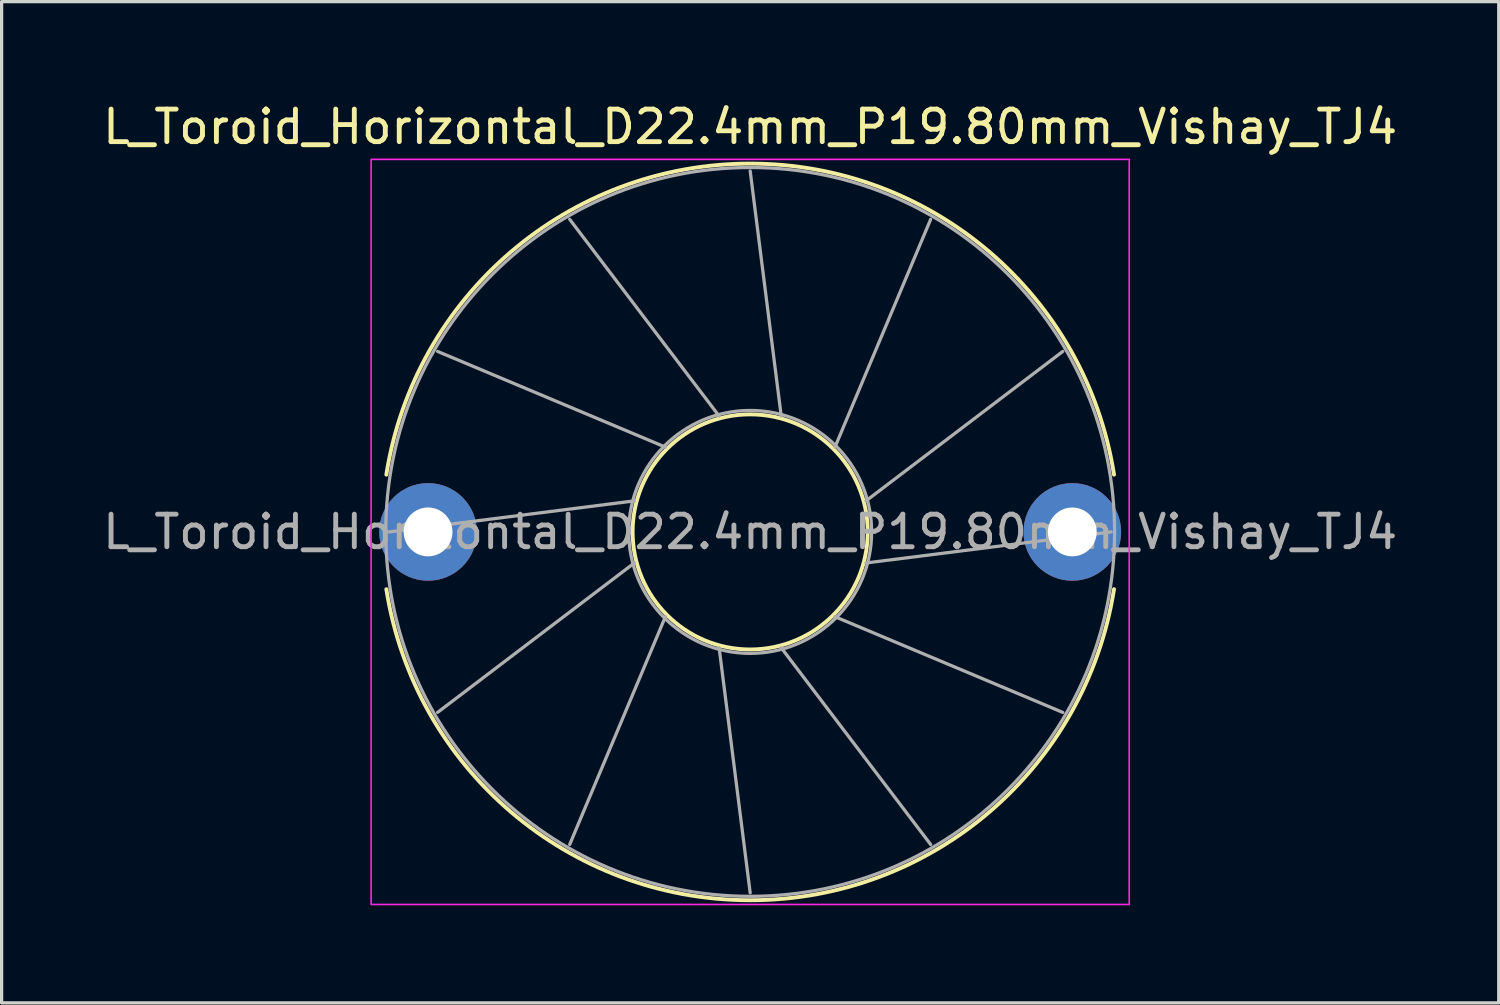
<source format=kicad_pcb>
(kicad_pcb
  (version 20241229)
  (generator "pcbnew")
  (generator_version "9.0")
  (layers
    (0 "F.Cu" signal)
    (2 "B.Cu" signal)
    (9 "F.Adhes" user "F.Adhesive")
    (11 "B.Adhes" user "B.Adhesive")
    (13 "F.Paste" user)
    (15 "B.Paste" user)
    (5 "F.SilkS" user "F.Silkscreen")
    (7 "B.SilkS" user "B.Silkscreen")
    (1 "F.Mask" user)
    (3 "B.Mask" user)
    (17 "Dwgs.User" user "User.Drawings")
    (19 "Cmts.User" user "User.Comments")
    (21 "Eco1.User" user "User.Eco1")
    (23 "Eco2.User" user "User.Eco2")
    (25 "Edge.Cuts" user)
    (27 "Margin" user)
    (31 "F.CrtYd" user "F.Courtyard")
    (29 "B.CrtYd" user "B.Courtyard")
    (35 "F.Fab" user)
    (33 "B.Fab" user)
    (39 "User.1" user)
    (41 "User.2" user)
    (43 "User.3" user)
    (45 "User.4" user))
  (footprint "L_Toroid_Horizontal_D22.4mm_P19.80mm_Vishay_TJ4"
    (layer "F.Cu")
    (at 10.106 13.298)
    (property "Reference" "L_Toroid_Horizontal_D22.4mm_P19.80mm_Vishay_TJ4" (at 9.9 -12.45 0) (layer "F.SilkS") (effects (font (size 1 1) (thickness 0.15))))
    (attr through_hole)
    (fp_arc (start -1.282343 -1.76) (mid 9.9 -11.32) (end 21.082343 -1.76) (stroke (width 0.12) (type solid)) (layer "F.SilkS"))
    (fp_arc (start 21.082343 1.76) (mid 9.9 11.32) (end -1.282343 1.76) (stroke (width 0.12) (type solid)) (layer "F.SilkS"))
    (fp_circle (center 9.9 0) (end 13.513 0) (stroke (width 0.12) (type solid)) (fill no) (layer "F.SilkS"))
    (fp_rect (start -1.75 -11.45) (end 21.55 11.45) (stroke (width 0.05) (type solid)) (fill no) (layer "F.CrtYd"))
    (fp_line (start -1.194 0) (end 6.34 -0.954) (stroke (width 0.1) (type solid)) (layer "F.Fab"))
    (fp_line (start 0.293 -5.547) (end 7.294 -2.606) (stroke (width 0.1) (type solid)) (layer "F.Fab"))
    (fp_line (start 0.293 5.547) (end 6.34 0.954) (stroke (width 0.1) (type solid)) (layer "F.Fab"))
    (fp_line (start 4.353 -9.607) (end 8.946 -3.56) (stroke (width 0.1) (type solid)) (layer "F.Fab"))
    (fp_line (start 4.353 9.607) (end 7.294 2.606) (stroke (width 0.1) (type solid)) (layer "F.Fab"))
    (fp_line (start 9.9 -11.094) (end 10.854 -3.56) (stroke (width 0.1) (type solid)) (layer "F.Fab"))
    (fp_line (start 9.9 11.094) (end 8.946 3.56) (stroke (width 0.1) (type solid)) (layer "F.Fab"))
    (fp_line (start 15.447 -9.607) (end 12.506 -2.606) (stroke (width 0.1) (type solid)) (layer "F.Fab"))
    (fp_line (start 15.447 9.607) (end 10.854 3.56) (stroke (width 0.1) (type solid)) (layer "F.Fab"))
    (fp_line (start 19.507 -5.547) (end 13.46 -0.954) (stroke (width 0.1) (type solid)) (layer "F.Fab"))
    (fp_line (start 19.507 5.547) (end 12.506 2.606) (stroke (width 0.1) (type solid)) (layer "F.Fab"))
    (fp_line (start 20.994 0) (end 13.46 0.954) (stroke (width 0.1) (type solid)) (layer "F.Fab"))
    (fp_circle (center 9.9 0) (end 13.633 0) (stroke (width 0.1) (type solid)) (fill no) (layer "F.Fab"))
    (fp_circle (center 9.9 0) (end 21.1 0) (stroke (width 0.1) (type solid)) (fill no) (layer "F.Fab"))
    (fp_text user "${REFERENCE}" (at 9.9 0 0) (layer "F.Fab") (effects (font (size 1 1) (thickness 0.15))))
    (pad "1" thru_hole circle (at 0 0) (size 3 3) (drill 1.5) (layers "*.Cu" "*.Mask"))
    (pad "2" thru_hole circle (at 19.8 0) (size 3 3) (drill 1.5) (layers "*.Cu" "*.Mask")))
  (gr_rect
    (start -3 -3)
    (end 43.012 27.773)
    (stroke (width 0.1) (type default))
    (fill no)
    (layer "Edge.Cuts")))
</source>
